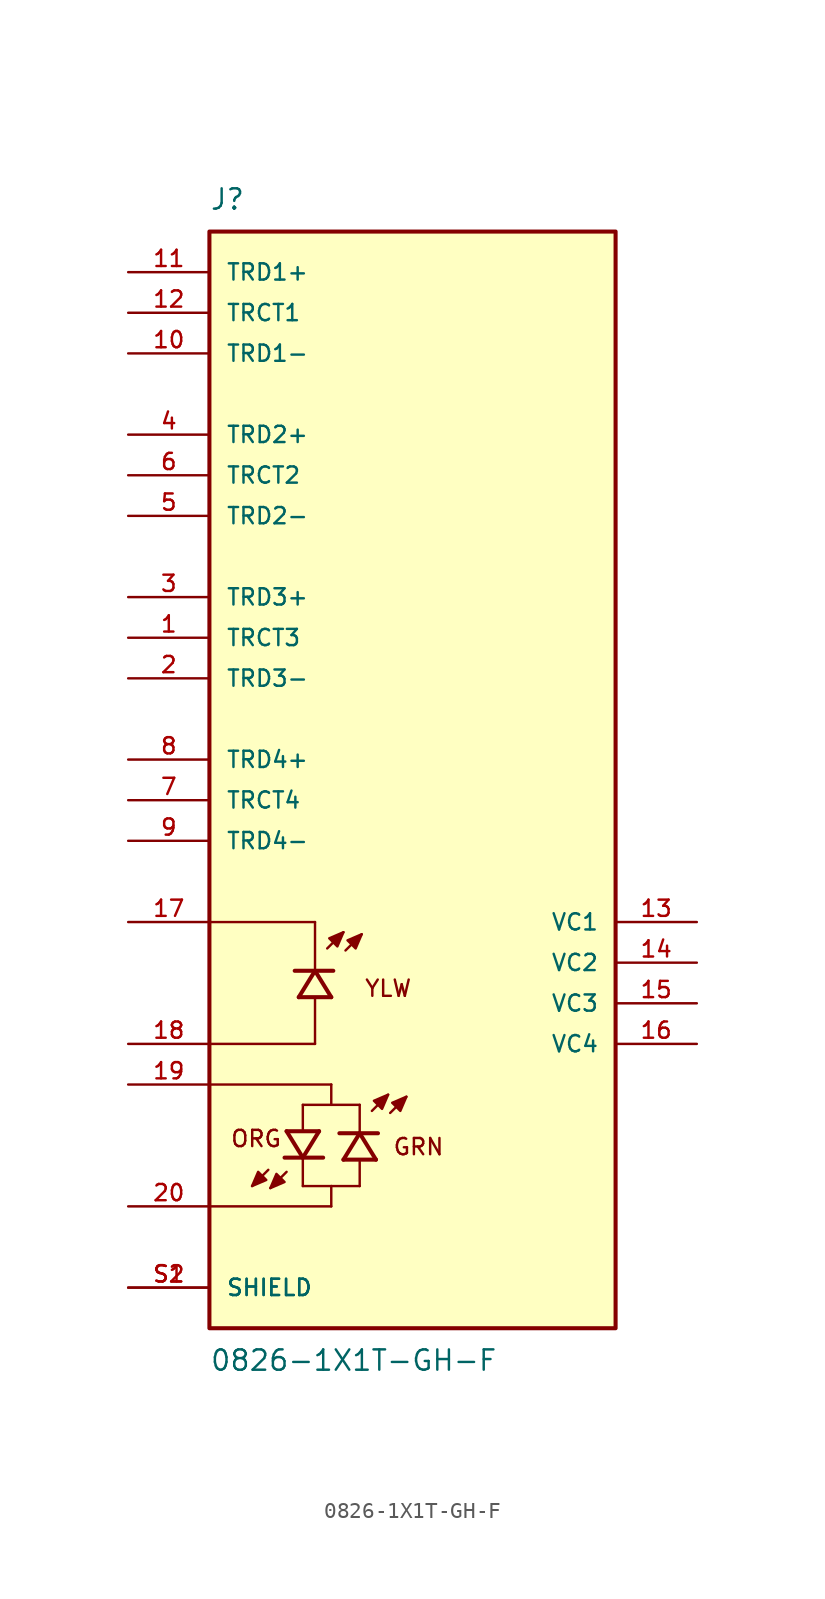
<source format=kicad_sym>
(kicad_symbol_lib
  (version 20211014)
  (generator kicad_symbol_editor)
  (symbol "0826-1X1T-GH-F"
    (pin_names
      (offset 1.016))
    (property "Reference" "J"
      (at -12.7 34.29 0)
      (effects (font (size 1.27 1.27)) (justify bottom left)))
    (property "Value" "0826-1X1T-GH-F"
      (at -12.7 -36.83 0)
      (effects (font (size 1.27 1.27)) (justify top left)))
    (symbol "0826-1X1T-GH-F_0_0"
      (polyline (pts (xy -5.334 -11.811) (xy -4.318 -10.795)) (stroke (width 0.152)))
      (polyline (pts (xy -4.191 -11.938) (xy -3.175 -10.922)) (stroke (width 0.152)))
      (polyline (pts (xy -4.318 -10.795) (xy -5.207 -11.176) (xy -4.699 -11.684) (xy -4.318 -10.795)) (stroke (width 0.152)) (fill (type outline)))
      (polyline (pts (xy -3.175 -10.922) (xy -4.064 -11.303) (xy -3.556 -11.811) (xy -3.175 -10.922)) (stroke (width 0.152)) (fill (type outline)))
      (polyline (pts (xy -5.08 -14.859) (xy -6.096 -13.208)) (stroke (width 0.254)))
      (polyline (pts (xy -6.096 -13.208) (xy -7.112 -14.859)) (stroke (width 0.254)))
      (polyline (pts (xy -4.953 -13.208) (xy -6.096 -13.208)) (stroke (width 0.254)))
      (polyline (pts (xy -6.096 -13.208) (xy -7.366 -13.208)) (stroke (width 0.254)))
      (polyline (pts (xy -5.08 -14.859) (xy -7.112 -14.859)) (stroke (width 0.254)))
      (polyline (pts (xy -6.096 -17.78) (xy -6.096 -14.986)) (stroke (width 0.152)))
      (polyline (pts (xy -6.096 -13.081) (xy -6.096 -10.16)) (stroke (width 0.152)))
      (polyline (pts (xy -6.096 -10.16) (xy -12.7 -10.16)) (stroke (width 0.152)))
      (polyline (pts (xy -6.096 -17.78) (xy -12.7 -17.78)) (stroke (width 0.152)))
      (text "YLW" (at -3.048 -13.716 0) (effects (font (size 1.016 1.016)) (justify top left)))
      (polyline (pts (xy -7.874 -23.241) (xy -6.858 -24.892)) (stroke (width 0.254)))
      (polyline (pts (xy -6.858 -24.892) (xy -5.842 -23.241)) (stroke (width 0.254)))
      (polyline (pts (xy -8.001 -24.892) (xy -6.858 -24.892)) (stroke (width 0.254)))
      (polyline (pts (xy -6.858 -24.892) (xy -5.588 -24.892)) (stroke (width 0.254)))
      (polyline (pts (xy -7.874 -23.241) (xy -5.842 -23.241)) (stroke (width 0.254)))
      (polyline (pts (xy -2.54 -21.971) (xy -1.524 -20.955)) (stroke (width 0.152)))
      (polyline (pts (xy -1.397 -22.098) (xy -0.381 -21.082)) (stroke (width 0.152)))
      (polyline (pts (xy -6.858 -21.59) (xy -6.858 -23.114)) (stroke (width 0.152)))
      (polyline (pts (xy -6.858 -25.019) (xy -6.858 -26.67)) (stroke (width 0.152)))
      (polyline (pts (xy -7.874 -25.781) (xy -8.89 -26.797)) (stroke (width 0.152)))
      (polyline (pts (xy -9.017 -25.654) (xy -10.033 -26.67)) (stroke (width 0.152)))
      (polyline (pts (xy -1.524 -20.955) (xy -2.413 -21.336) (xy -1.905 -21.844) (xy -1.524 -20.955)) (stroke (width 0.152)) (fill (type outline)))
      (polyline (pts (xy -0.381 -21.082) (xy -1.27 -21.463) (xy -0.762 -21.971) (xy -0.381 -21.082)) (stroke (width 0.152)) (fill (type outline)))
      (polyline (pts (xy -8.89 -26.797) (xy -8.001 -26.416) (xy -8.509 -25.908) (xy -8.89 -26.797)) (stroke (width 0.152)) (fill (type outline)))
      (polyline (pts (xy -10.033 -26.67) (xy -9.144 -26.289) (xy -9.652 -25.781) (xy -10.033 -26.67)) (stroke (width 0.152)) (fill (type outline)))
      (polyline (pts (xy -2.286 -25.019) (xy -3.302 -23.368)) (stroke (width 0.254)))
      (polyline (pts (xy -3.302 -23.368) (xy -4.318 -25.019)) (stroke (width 0.254)))
      (polyline (pts (xy -2.159 -23.368) (xy -3.302 -23.368)) (stroke (width 0.254)))
      (polyline (pts (xy -3.302 -23.368) (xy -4.572 -23.368)) (stroke (width 0.254)))
      (polyline (pts (xy -2.286 -25.019) (xy -4.318 -25.019)) (stroke (width 0.254)))
      (polyline (pts (xy -3.302 -26.67) (xy -3.302 -25.146)) (stroke (width 0.152)))
      (polyline (pts (xy -3.302 -23.241) (xy -3.302 -21.59)) (stroke (width 0.152)))
      (polyline (pts (xy -6.858 -21.59) (xy -5.08 -21.59)) (stroke (width 0.152)))
      (polyline (pts (xy -5.08 -21.59) (xy -3.302 -21.59)) (stroke (width 0.152)))
      (polyline (pts (xy -6.858 -26.67) (xy -5.08 -26.67)) (stroke (width 0.152)))
      (polyline (pts (xy -5.08 -26.67) (xy -3.302 -26.67)) (stroke (width 0.152)))
      (polyline (pts (xy -5.08 -21.59) (xy -5.08 -20.32)) (stroke (width 0.152)))
      (polyline (pts (xy -5.08 -26.67) (xy -5.08 -27.94)) (stroke (width 0.152)))
      (text "ORG" (at -11.43 -23.114 0) (effects (font (size 1.016 1.016)) (justify top left)))
      (text "GRN" (at -1.27 -23.622 0) (effects (font (size 1.016 1.016)) (justify top left)))
      (polyline (pts (xy -5.08 -20.32) (xy -12.7 -20.32)) (stroke (width 0.152)))
      (polyline (pts (xy -5.08 -27.94) (xy -12.7 -27.94)) (stroke (width 0.152)))
      (rectangle (start -12.7 -35.56) (end 12.7 33.02) (stroke (width 0.254)) (fill (type background)))
      (pin passive line (at -17.78 25.4 0) (length 5.08) (name "TRD1-" (effects (font (size 1.016 1.016)))) (number "10" (effects (font (size 1.016 1.016)))))
      (pin passive line (at -17.78 30.48 0) (length 5.08) (name "TRD1+" (effects (font (size 1.016 1.016)))) (number "11" (effects (font (size 1.016 1.016)))))
      (pin passive line (at -17.78 15.24 0) (length 5.08) (name "TRD2-" (effects (font (size 1.016 1.016)))) (number "5" (effects (font (size 1.016 1.016)))))
      (pin passive line (at -17.78 20.32 0) (length 5.08) (name "TRD2+" (effects (font (size 1.016 1.016)))) (number "4" (effects (font (size 1.016 1.016)))))
      (pin passive line (at -17.78 -17.78 0) (length 5.08) (name "~" (effects (font (size 1.016 1.016)))) (number "18" (effects (font (size 1.016 1.016)))))
      (pin passive line (at -17.78 -10.16 0) (length 5.08) (name "~" (effects (font (size 1.016 1.016)))) (number "17" (effects (font (size 1.016 1.016)))))
      (pin passive line (at -17.78 27.94 0) (length 5.08) (name "TRCT1" (effects (font (size 1.016 1.016)))) (number "12" (effects (font (size 1.016 1.016)))))
      (pin passive line (at -17.78 -33.02 0) (length 5.08) (name "SHIELD" (effects (font (size 1.016 1.016)))) (number "S1" (effects (font (size 1.016 1.016)))))
      (pin passive line (at -17.78 -33.02 0) (length 5.08) (name "SHIELD" (effects (font (size 1.016 1.016)))) (number "S2" (effects (font (size 1.016 1.016)))))
      (pin passive line (at -17.78 17.78 0) (length 5.08) (name "TRCT2" (effects (font (size 1.016 1.016)))) (number "6" (effects (font (size 1.016 1.016)))))
      (pin passive line (at -17.78 -27.94 0) (length 5.08) (name "~" (effects (font (size 1.016 1.016)))) (number "20" (effects (font (size 1.016 1.016)))))
      (pin passive line (at -17.78 -20.32 0) (length 5.08) (name "~" (effects (font (size 1.016 1.016)))) (number "19" (effects (font (size 1.016 1.016)))))
      (pin passive line (at 17.78 -10.16 180.0) (length 5.08) (name "VC1" (effects (font (size 1.016 1.016)))) (number "13" (effects (font (size 1.016 1.016)))))
      (pin passive line (at 17.78 -12.7 180.0) (length 5.08) (name "VC2" (effects (font (size 1.016 1.016)))) (number "14" (effects (font (size 1.016 1.016)))))
      (pin passive line (at 17.78 -15.24 180.0) (length 5.08) (name "VC3" (effects (font (size 1.016 1.016)))) (number "15" (effects (font (size 1.016 1.016)))))
      (pin passive line (at 17.78 -17.78 180.0) (length 5.08) (name "VC4" (effects (font (size 1.016 1.016)))) (number "16" (effects (font (size 1.016 1.016)))))
      (pin passive line (at -17.78 5.08 0) (length 5.08) (name "TRD3-" (effects (font (size 1.016 1.016)))) (number "2" (effects (font (size 1.016 1.016)))))
      (pin passive line (at -17.78 10.16 0) (length 5.08) (name "TRD3+" (effects (font (size 1.016 1.016)))) (number "3" (effects (font (size 1.016 1.016)))))
      (pin passive line (at -17.78 -5.08 0) (length 5.08) (name "TRD4-" (effects (font (size 1.016 1.016)))) (number "9" (effects (font (size 1.016 1.016)))))
      (pin passive line (at -17.78 0.0 0) (length 5.08) (name "TRD4+" (effects (font (size 1.016 1.016)))) (number "8" (effects (font (size 1.016 1.016)))))
      (pin passive line (at -17.78 7.62 0) (length 5.08) (name "TRCT3" (effects (font (size 1.016 1.016)))) (number "1" (effects (font (size 1.016 1.016)))))
      (pin passive line (at -17.78 -2.54 0) (length 5.08) (name "TRCT4" (effects (font (size 1.016 1.016)))) (number "7" (effects (font (size 1.016 1.016))))))))
</source>
